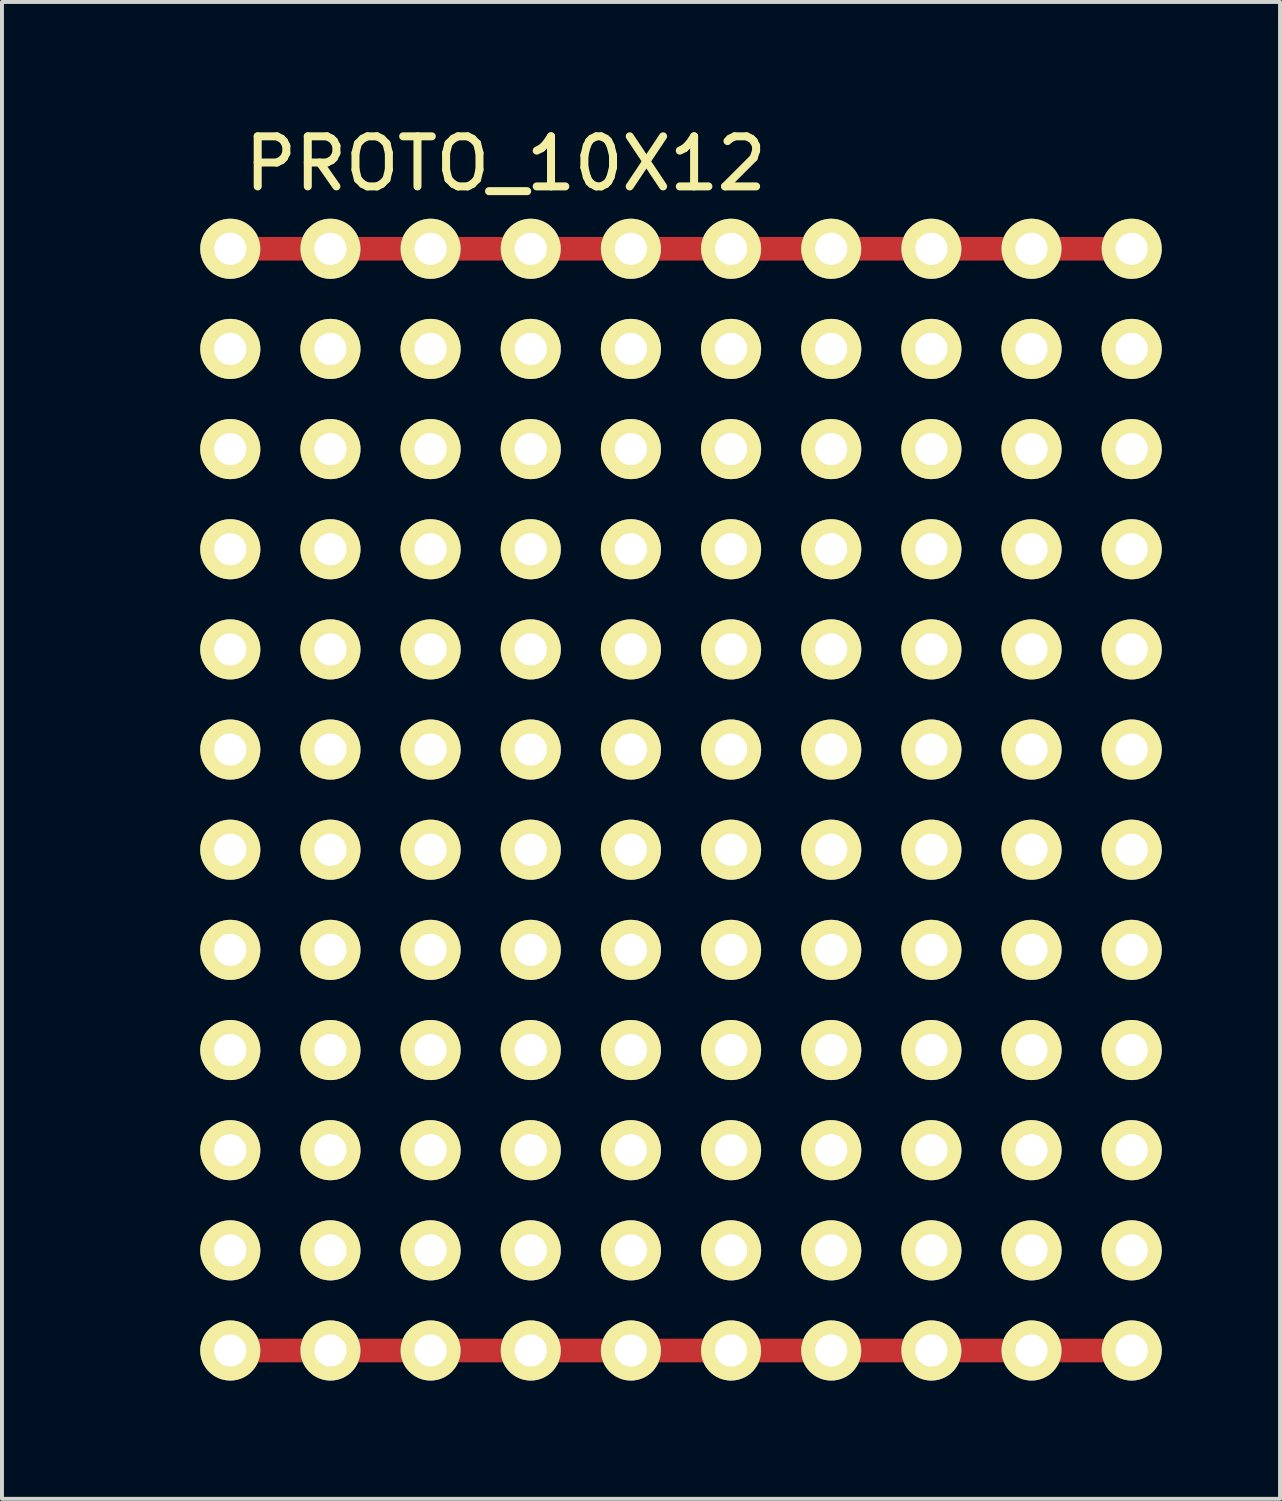
<source format=kicad_pcb>
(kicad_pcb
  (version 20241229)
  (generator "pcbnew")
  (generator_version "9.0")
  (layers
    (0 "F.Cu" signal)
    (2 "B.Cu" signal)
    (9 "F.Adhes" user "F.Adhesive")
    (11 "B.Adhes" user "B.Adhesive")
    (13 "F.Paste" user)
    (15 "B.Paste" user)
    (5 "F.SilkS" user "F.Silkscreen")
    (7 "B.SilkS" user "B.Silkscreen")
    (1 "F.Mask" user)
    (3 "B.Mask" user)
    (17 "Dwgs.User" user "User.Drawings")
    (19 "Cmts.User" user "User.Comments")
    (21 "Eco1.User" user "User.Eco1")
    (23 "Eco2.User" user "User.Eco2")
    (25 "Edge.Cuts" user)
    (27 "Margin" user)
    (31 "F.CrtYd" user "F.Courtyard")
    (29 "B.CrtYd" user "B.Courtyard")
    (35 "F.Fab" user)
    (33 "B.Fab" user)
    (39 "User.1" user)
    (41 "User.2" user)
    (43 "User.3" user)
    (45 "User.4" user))
  (footprint "PROTO_10X12"
    (layer "F.Cu")
    (at 0.25 0.719)
    (property "Reference" "PROTO_10X12" (at 9.525 0.381 0) (layer "F.SilkS") (effects (font (size 1.27 1.27) (thickness 0.203))))
    (attr through_hole)
    (fp_line (start 2.54 2.54) (end 25.4 2.54) (stroke (width 0.599) (type solid)) (layer "F.Cu"))
    (fp_line (start 2.54 30.48) (end 25.4 30.48) (stroke (width 0.599) (type solid)) (layer "F.Cu"))
    (fp_line (start 2.54 2.54) (end 25.4 2.54) (stroke (width 0.599) (type solid)) (layer "F.Mask"))
    (fp_line (start 2.54 30.48) (end 25.4 30.48) (stroke (width 0.599) (type solid)) (layer "F.Mask"))
    (pad "1" thru_hole circle (at 2.54 2.54) (size 1.524 1.524) (drill 0.813) (layers "*.Cu" "*.Mask" "F.SilkS"))
    (pad "2" thru_hole circle (at 5.08 2.54) (size 1.524 1.524) (drill 0.813) (layers "*.Cu" "*.Mask" "F.SilkS"))
    (pad "3" thru_hole circle (at 7.62 2.54) (size 1.524 1.524) (drill 0.813) (layers "*.Cu" "*.Mask" "F.SilkS"))
    (pad "4" thru_hole circle (at 10.16 2.54) (size 1.524 1.524) (drill 0.813) (layers "*.Cu" "*.Mask" "F.SilkS"))
    (pad "5" thru_hole circle (at 12.7 2.54) (size 1.524 1.524) (drill 0.813) (layers "*.Cu" "*.Mask" "F.SilkS"))
    (pad "6" thru_hole circle (at 15.24 2.54) (size 1.524 1.524) (drill 0.813) (layers "*.Cu" "*.Mask" "F.SilkS"))
    (pad "7" thru_hole circle (at 17.78 2.54) (size 1.524 1.524) (drill 0.813) (layers "*.Cu" "*.Mask" "F.SilkS"))
    (pad "8" thru_hole circle (at 20.32 2.54) (size 1.524 1.524) (drill 0.813) (layers "*.Cu" "*.Mask" "F.SilkS"))
    (pad "9" thru_hole circle (at 22.86 2.54) (size 1.524 1.524) (drill 0.813) (layers "*.Cu" "*.Mask" "F.SilkS"))
    (pad "10" thru_hole circle (at 25.4 2.54) (size 1.524 1.524) (drill 0.813) (layers "*.Cu" "*.Mask" "F.SilkS"))
    (pad "11" thru_hole circle (at 2.54 5.08) (size 1.524 1.524) (drill 0.813) (layers "*.Cu" "*.Mask" "F.SilkS"))
    (pad "12" thru_hole circle (at 5.08 5.08) (size 1.524 1.524) (drill 0.813) (layers "*.Cu" "*.Mask" "F.SilkS"))
    (pad "13" thru_hole circle (at 7.62 5.08) (size 1.524 1.524) (drill 0.813) (layers "*.Cu" "*.Mask" "F.SilkS"))
    (pad "14" thru_hole circle (at 10.16 5.08) (size 1.524 1.524) (drill 0.813) (layers "*.Cu" "*.Mask" "F.SilkS"))
    (pad "15" thru_hole circle (at 12.7 5.08) (size 1.524 1.524) (drill 0.813) (layers "*.Cu" "*.Mask" "F.SilkS"))
    (pad "16" thru_hole circle (at 15.24 5.08) (size 1.524 1.524) (drill 0.813) (layers "*.Cu" "*.Mask" "F.SilkS"))
    (pad "17" thru_hole circle (at 17.78 5.08) (size 1.524 1.524) (drill 0.813) (layers "*.Cu" "*.Mask" "F.SilkS"))
    (pad "18" thru_hole circle (at 20.32 5.08) (size 1.524 1.524) (drill 0.813) (layers "*.Cu" "*.Mask" "F.SilkS"))
    (pad "19" thru_hole circle (at 22.86 5.08) (size 1.524 1.524) (drill 0.813) (layers "*.Cu" "*.Mask" "F.SilkS"))
    (pad "20" thru_hole circle (at 25.4 5.08) (size 1.524 1.524) (drill 0.813) (layers "*.Cu" "*.Mask" "F.SilkS"))
    (pad "21" thru_hole circle (at 2.54 7.62) (size 1.524 1.524) (drill 0.813) (layers "*.Cu" "*.Mask" "F.SilkS"))
    (pad "22" thru_hole circle (at 5.08 7.62) (size 1.524 1.524) (drill 0.813) (layers "*.Cu" "*.Mask" "F.SilkS"))
    (pad "23" thru_hole circle (at 7.62 7.62) (size 1.524 1.524) (drill 0.813) (layers "*.Cu" "*.Mask" "F.SilkS"))
    (pad "24" thru_hole circle (at 10.16 7.62) (size 1.524 1.524) (drill 0.813) (layers "*.Cu" "*.Mask" "F.SilkS"))
    (pad "25" thru_hole circle (at 12.7 7.62) (size 1.524 1.524) (drill 0.813) (layers "*.Cu" "*.Mask" "F.SilkS"))
    (pad "26" thru_hole circle (at 15.24 7.62) (size 1.524 1.524) (drill 0.813) (layers "*.Cu" "*.Mask" "F.SilkS"))
    (pad "27" thru_hole circle (at 17.78 7.62) (size 1.524 1.524) (drill 0.813) (layers "*.Cu" "*.Mask" "F.SilkS"))
    (pad "28" thru_hole circle (at 20.32 7.62) (size 1.524 1.524) (drill 0.813) (layers "*.Cu" "*.Mask" "F.SilkS"))
    (pad "29" thru_hole circle (at 22.86 7.62) (size 1.524 1.524) (drill 0.813) (layers "*.Cu" "*.Mask" "F.SilkS"))
    (pad "30" thru_hole circle (at 25.4 7.62) (size 1.524 1.524) (drill 0.813) (layers "*.Cu" "*.Mask" "F.SilkS"))
    (pad "31" thru_hole circle (at 2.54 10.16) (size 1.524 1.524) (drill 0.813) (layers "*.Cu" "*.Mask" "F.SilkS"))
    (pad "32" thru_hole circle (at 5.08 10.16) (size 1.524 1.524) (drill 0.813) (layers "*.Cu" "*.Mask" "F.SilkS"))
    (pad "33" thru_hole circle (at 7.62 10.16) (size 1.524 1.524) (drill 0.813) (layers "*.Cu" "*.Mask" "F.SilkS"))
    (pad "34" thru_hole circle (at 10.16 10.16) (size 1.524 1.524) (drill 0.813) (layers "*.Cu" "*.Mask" "F.SilkS"))
    (pad "35" thru_hole circle (at 12.7 10.16) (size 1.524 1.524) (drill 0.813) (layers "*.Cu" "*.Mask" "F.SilkS"))
    (pad "36" thru_hole circle (at 15.24 10.16) (size 1.524 1.524) (drill 0.813) (layers "*.Cu" "*.Mask" "F.SilkS"))
    (pad "37" thru_hole circle (at 17.78 10.16) (size 1.524 1.524) (drill 0.813) (layers "*.Cu" "*.Mask" "F.SilkS"))
    (pad "38" thru_hole circle (at 20.32 10.16) (size 1.524 1.524) (drill 0.813) (layers "*.Cu" "*.Mask" "F.SilkS"))
    (pad "39" thru_hole circle (at 22.86 10.16) (size 1.524 1.524) (drill 0.813) (layers "*.Cu" "*.Mask" "F.SilkS"))
    (pad "40" thru_hole circle (at 25.4 10.16) (size 1.524 1.524) (drill 0.813) (layers "*.Cu" "*.Mask" "F.SilkS"))
    (pad "41" thru_hole circle (at 2.54 12.7) (size 1.524 1.524) (drill 0.813) (layers "*.Cu" "*.Mask" "F.SilkS"))
    (pad "42" thru_hole circle (at 5.08 12.7) (size 1.524 1.524) (drill 0.813) (layers "*.Cu" "*.Mask" "F.SilkS"))
    (pad "43" thru_hole circle (at 7.62 12.7) (size 1.524 1.524) (drill 0.813) (layers "*.Cu" "*.Mask" "F.SilkS"))
    (pad "44" thru_hole circle (at 10.16 12.7) (size 1.524 1.524) (drill 0.813) (layers "*.Cu" "*.Mask" "F.SilkS"))
    (pad "45" thru_hole circle (at 12.7 12.7) (size 1.524 1.524) (drill 0.813) (layers "*.Cu" "*.Mask" "F.SilkS"))
    (pad "46" thru_hole circle (at 15.24 12.7) (size 1.524 1.524) (drill 0.813) (layers "*.Cu" "*.Mask" "F.SilkS"))
    (pad "47" thru_hole circle (at 17.78 12.7) (size 1.524 1.524) (drill 0.813) (layers "*.Cu" "*.Mask" "F.SilkS"))
    (pad "48" thru_hole circle (at 20.32 12.7) (size 1.524 1.524) (drill 0.813) (layers "*.Cu" "*.Mask" "F.SilkS"))
    (pad "49" thru_hole circle (at 22.86 12.7) (size 1.524 1.524) (drill 0.813) (layers "*.Cu" "*.Mask" "F.SilkS"))
    (pad "50" thru_hole circle (at 25.4 12.7) (size 1.524 1.524) (drill 0.813) (layers "*.Cu" "*.Mask" "F.SilkS"))
    (pad "51" thru_hole circle (at 2.54 15.24) (size 1.524 1.524) (drill 0.813) (layers "*.Cu" "*.Mask" "F.SilkS"))
    (pad "52" thru_hole circle (at 5.08 15.24) (size 1.524 1.524) (drill 0.813) (layers "*.Cu" "*.Mask" "F.SilkS"))
    (pad "53" thru_hole circle (at 7.62 15.24) (size 1.524 1.524) (drill 0.813) (layers "*.Cu" "*.Mask" "F.SilkS"))
    (pad "54" thru_hole circle (at 10.16 15.24) (size 1.524 1.524) (drill 0.813) (layers "*.Cu" "*.Mask" "F.SilkS"))
    (pad "55" thru_hole circle (at 12.7 15.24) (size 1.524 1.524) (drill 0.813) (layers "*.Cu" "*.Mask" "F.SilkS"))
    (pad "56" thru_hole circle (at 15.24 15.24) (size 1.524 1.524) (drill 0.813) (layers "*.Cu" "*.Mask" "F.SilkS"))
    (pad "57" thru_hole circle (at 17.78 15.24) (size 1.524 1.524) (drill 0.813) (layers "*.Cu" "*.Mask" "F.SilkS"))
    (pad "58" thru_hole circle (at 20.32 15.24) (size 1.524 1.524) (drill 0.813) (layers "*.Cu" "*.Mask" "F.SilkS"))
    (pad "59" thru_hole circle (at 22.86 15.24) (size 1.524 1.524) (drill 0.813) (layers "*.Cu" "*.Mask" "F.SilkS"))
    (pad "60" thru_hole circle (at 25.4 15.24) (size 1.524 1.524) (drill 0.813) (layers "*.Cu" "*.Mask" "F.SilkS"))
    (pad "61" thru_hole circle (at 2.54 17.78) (size 1.524 1.524) (drill 0.813) (layers "*.Cu" "*.Mask" "F.SilkS"))
    (pad "62" thru_hole circle (at 5.08 17.78) (size 1.524 1.524) (drill 0.813) (layers "*.Cu" "*.Mask" "F.SilkS"))
    (pad "63" thru_hole circle (at 7.62 17.78) (size 1.524 1.524) (drill 0.813) (layers "*.Cu" "*.Mask" "F.SilkS"))
    (pad "64" thru_hole circle (at 10.16 17.78) (size 1.524 1.524) (drill 0.813) (layers "*.Cu" "*.Mask" "F.SilkS"))
    (pad "65" thru_hole circle (at 12.7 17.78) (size 1.524 1.524) (drill 0.813) (layers "*.Cu" "*.Mask" "F.SilkS"))
    (pad "66" thru_hole circle (at 15.24 17.78) (size 1.524 1.524) (drill 0.813) (layers "*.Cu" "*.Mask" "F.SilkS"))
    (pad "67" thru_hole circle (at 17.78 17.78) (size 1.524 1.524) (drill 0.813) (layers "*.Cu" "*.Mask" "F.SilkS"))
    (pad "68" thru_hole circle (at 20.32 17.78) (size 1.524 1.524) (drill 0.813) (layers "*.Cu" "*.Mask" "F.SilkS"))
    (pad "69" thru_hole circle (at 22.86 17.78) (size 1.524 1.524) (drill 0.813) (layers "*.Cu" "*.Mask" "F.SilkS"))
    (pad "70" thru_hole circle (at 25.4 17.78) (size 1.524 1.524) (drill 0.813) (layers "*.Cu" "*.Mask" "F.SilkS"))
    (pad "71" thru_hole circle (at 2.54 20.32) (size 1.524 1.524) (drill 0.813) (layers "*.Cu" "*.Mask" "F.SilkS"))
    (pad "72" thru_hole circle (at 5.08 20.32) (size 1.524 1.524) (drill 0.813) (layers "*.Cu" "*.Mask" "F.SilkS"))
    (pad "73" thru_hole circle (at 7.62 20.32) (size 1.524 1.524) (drill 0.813) (layers "*.Cu" "*.Mask" "F.SilkS"))
    (pad "74" thru_hole circle (at 10.16 20.32) (size 1.524 1.524) (drill 0.813) (layers "*.Cu" "*.Mask" "F.SilkS"))
    (pad "75" thru_hole circle (at 12.7 20.32) (size 1.524 1.524) (drill 0.813) (layers "*.Cu" "*.Mask" "F.SilkS"))
    (pad "76" thru_hole circle (at 15.24 20.32) (size 1.524 1.524) (drill 0.813) (layers "*.Cu" "*.Mask" "F.SilkS"))
    (pad "77" thru_hole circle (at 17.78 20.32) (size 1.524 1.524) (drill 0.813) (layers "*.Cu" "*.Mask" "F.SilkS"))
    (pad "78" thru_hole circle (at 20.32 20.32) (size 1.524 1.524) (drill 0.813) (layers "*.Cu" "*.Mask" "F.SilkS"))
    (pad "79" thru_hole circle (at 22.86 20.32) (size 1.524 1.524) (drill 0.813) (layers "*.Cu" "*.Mask" "F.SilkS"))
    (pad "80" thru_hole circle (at 25.4 20.32) (size 1.524 1.524) (drill 0.813) (layers "*.Cu" "*.Mask" "F.SilkS"))
    (pad "81" thru_hole circle (at 2.54 22.86) (size 1.524 1.524) (drill 0.813) (layers "*.Cu" "*.Mask" "F.SilkS"))
    (pad "82" thru_hole circle (at 5.08 22.86) (size 1.524 1.524) (drill 0.813) (layers "*.Cu" "*.Mask" "F.SilkS"))
    (pad "83" thru_hole circle (at 7.62 22.86) (size 1.524 1.524) (drill 0.813) (layers "*.Cu" "*.Mask" "F.SilkS"))
    (pad "84" thru_hole circle (at 10.16 22.86) (size 1.524 1.524) (drill 0.813) (layers "*.Cu" "*.Mask" "F.SilkS"))
    (pad "85" thru_hole circle (at 12.7 22.86) (size 1.524 1.524) (drill 0.813) (layers "*.Cu" "*.Mask" "F.SilkS"))
    (pad "86" thru_hole circle (at 15.24 22.86) (size 1.524 1.524) (drill 0.813) (layers "*.Cu" "*.Mask" "F.SilkS"))
    (pad "87" thru_hole circle (at 17.78 22.86) (size 1.524 1.524) (drill 0.813) (layers "*.Cu" "*.Mask" "F.SilkS"))
    (pad "88" thru_hole circle (at 20.32 22.86) (size 1.524 1.524) (drill 0.813) (layers "*.Cu" "*.Mask" "F.SilkS"))
    (pad "89" thru_hole circle (at 22.86 22.86) (size 1.524 1.524) (drill 0.813) (layers "*.Cu" "*.Mask" "F.SilkS"))
    (pad "90" thru_hole circle (at 25.4 22.86) (size 1.524 1.524) (drill 0.813) (layers "*.Cu" "*.Mask" "F.SilkS"))
    (pad "91" thru_hole circle (at 2.54 25.4) (size 1.524 1.524) (drill 0.813) (layers "*.Cu" "*.Mask" "F.SilkS"))
    (pad "92" thru_hole circle (at 5.08 25.4) (size 1.524 1.524) (drill 0.813) (layers "*.Cu" "*.Mask" "F.SilkS"))
    (pad "93" thru_hole circle (at 7.62 25.4) (size 1.524 1.524) (drill 0.813) (layers "*.Cu" "*.Mask" "F.SilkS"))
    (pad "94" thru_hole circle (at 10.16 25.4) (size 1.524 1.524) (drill 0.813) (layers "*.Cu" "*.Mask" "F.SilkS"))
    (pad "95" thru_hole circle (at 12.7 25.4) (size 1.524 1.524) (drill 0.813) (layers "*.Cu" "*.Mask" "F.SilkS"))
    (pad "96" thru_hole circle (at 15.24 25.4) (size 1.524 1.524) (drill 0.813) (layers "*.Cu" "*.Mask" "F.SilkS"))
    (pad "97" thru_hole circle (at 17.78 25.4) (size 1.524 1.524) (drill 0.813) (layers "*.Cu" "*.Mask" "F.SilkS"))
    (pad "98" thru_hole circle (at 20.32 25.4) (size 1.524 1.524) (drill 0.813) (layers "*.Cu" "*.Mask" "F.SilkS"))
    (pad "99" thru_hole circle (at 22.86 25.4) (size 1.524 1.524) (drill 0.813) (layers "*.Cu" "*.Mask" "F.SilkS"))
    (pad "100" thru_hole circle (at 25.4 25.4) (size 1.524 1.524) (drill 0.813) (layers "*.Cu" "*.Mask" "F.SilkS"))
    (pad "101" thru_hole circle (at 2.54 27.94) (size 1.524 1.524) (drill 0.813) (layers "*.Cu" "*.Mask" "F.SilkS"))
    (pad "102" thru_hole circle (at 5.08 27.94) (size 1.524 1.524) (drill 0.813) (layers "*.Cu" "*.Mask" "F.SilkS"))
    (pad "103" thru_hole circle (at 7.62 27.94) (size 1.524 1.524) (drill 0.813) (layers "*.Cu" "*.Mask" "F.SilkS"))
    (pad "104" thru_hole circle (at 10.16 27.94) (size 1.524 1.524) (drill 0.813) (layers "*.Cu" "*.Mask" "F.SilkS"))
    (pad "105" thru_hole circle (at 12.7 27.94) (size 1.524 1.524) (drill 0.813) (layers "*.Cu" "*.Mask" "F.SilkS"))
    (pad "106" thru_hole circle (at 15.24 27.94) (size 1.524 1.524) (drill 0.813) (layers "*.Cu" "*.Mask" "F.SilkS"))
    (pad "107" thru_hole circle (at 17.78 27.94) (size 1.524 1.524) (drill 0.813) (layers "*.Cu" "*.Mask" "F.SilkS"))
    (pad "108" thru_hole circle (at 20.32 27.94) (size 1.524 1.524) (drill 0.813) (layers "*.Cu" "*.Mask" "F.SilkS"))
    (pad "109" thru_hole circle (at 22.86 27.94) (size 1.524 1.524) (drill 0.813) (layers "*.Cu" "*.Mask" "F.SilkS"))
    (pad "110" thru_hole circle (at 25.4 27.94) (size 1.524 1.524) (drill 0.813) (layers "*.Cu" "*.Mask" "F.SilkS"))
    (pad "111" thru_hole circle (at 2.54 30.48) (size 1.524 1.524) (drill 0.813) (layers "*.Cu" "*.Mask" "F.SilkS"))
    (pad "112" thru_hole circle (at 5.08 30.48) (size 1.524 1.524) (drill 0.813) (layers "*.Cu" "*.Mask" "F.SilkS"))
    (pad "113" thru_hole circle (at 7.62 30.48) (size 1.524 1.524) (drill 0.813) (layers "*.Cu" "*.Mask" "F.SilkS"))
    (pad "114" thru_hole circle (at 10.16 30.48) (size 1.524 1.524) (drill 0.813) (layers "*.Cu" "*.Mask" "F.SilkS"))
    (pad "115" thru_hole circle (at 12.7 30.48) (size 1.524 1.524) (drill 0.813) (layers "*.Cu" "*.Mask" "F.SilkS"))
    (pad "116" thru_hole circle (at 15.24 30.48) (size 1.524 1.524) (drill 0.813) (layers "*.Cu" "*.Mask" "F.SilkS"))
    (pad "117" thru_hole circle (at 17.78 30.48) (size 1.524 1.524) (drill 0.813) (layers "*.Cu" "*.Mask" "F.SilkS"))
    (pad "118" thru_hole circle (at 20.32 30.48) (size 1.524 1.524) (drill 0.813) (layers "*.Cu" "*.Mask" "F.SilkS"))
    (pad "119" thru_hole circle (at 22.86 30.48) (size 1.524 1.524) (drill 0.813) (layers "*.Cu" "*.Mask" "F.SilkS"))
    (pad "120" thru_hole circle (at 25.4 30.48) (size 1.524 1.524) (drill 0.813) (layers "*.Cu" "*.Mask" "F.SilkS")))
  (gr_rect
    (start -3 -3)
    (end 29.412 34.961)
    (stroke (width 0.1) (type default))
    (fill no)
    (layer "Edge.Cuts")))
</source>
